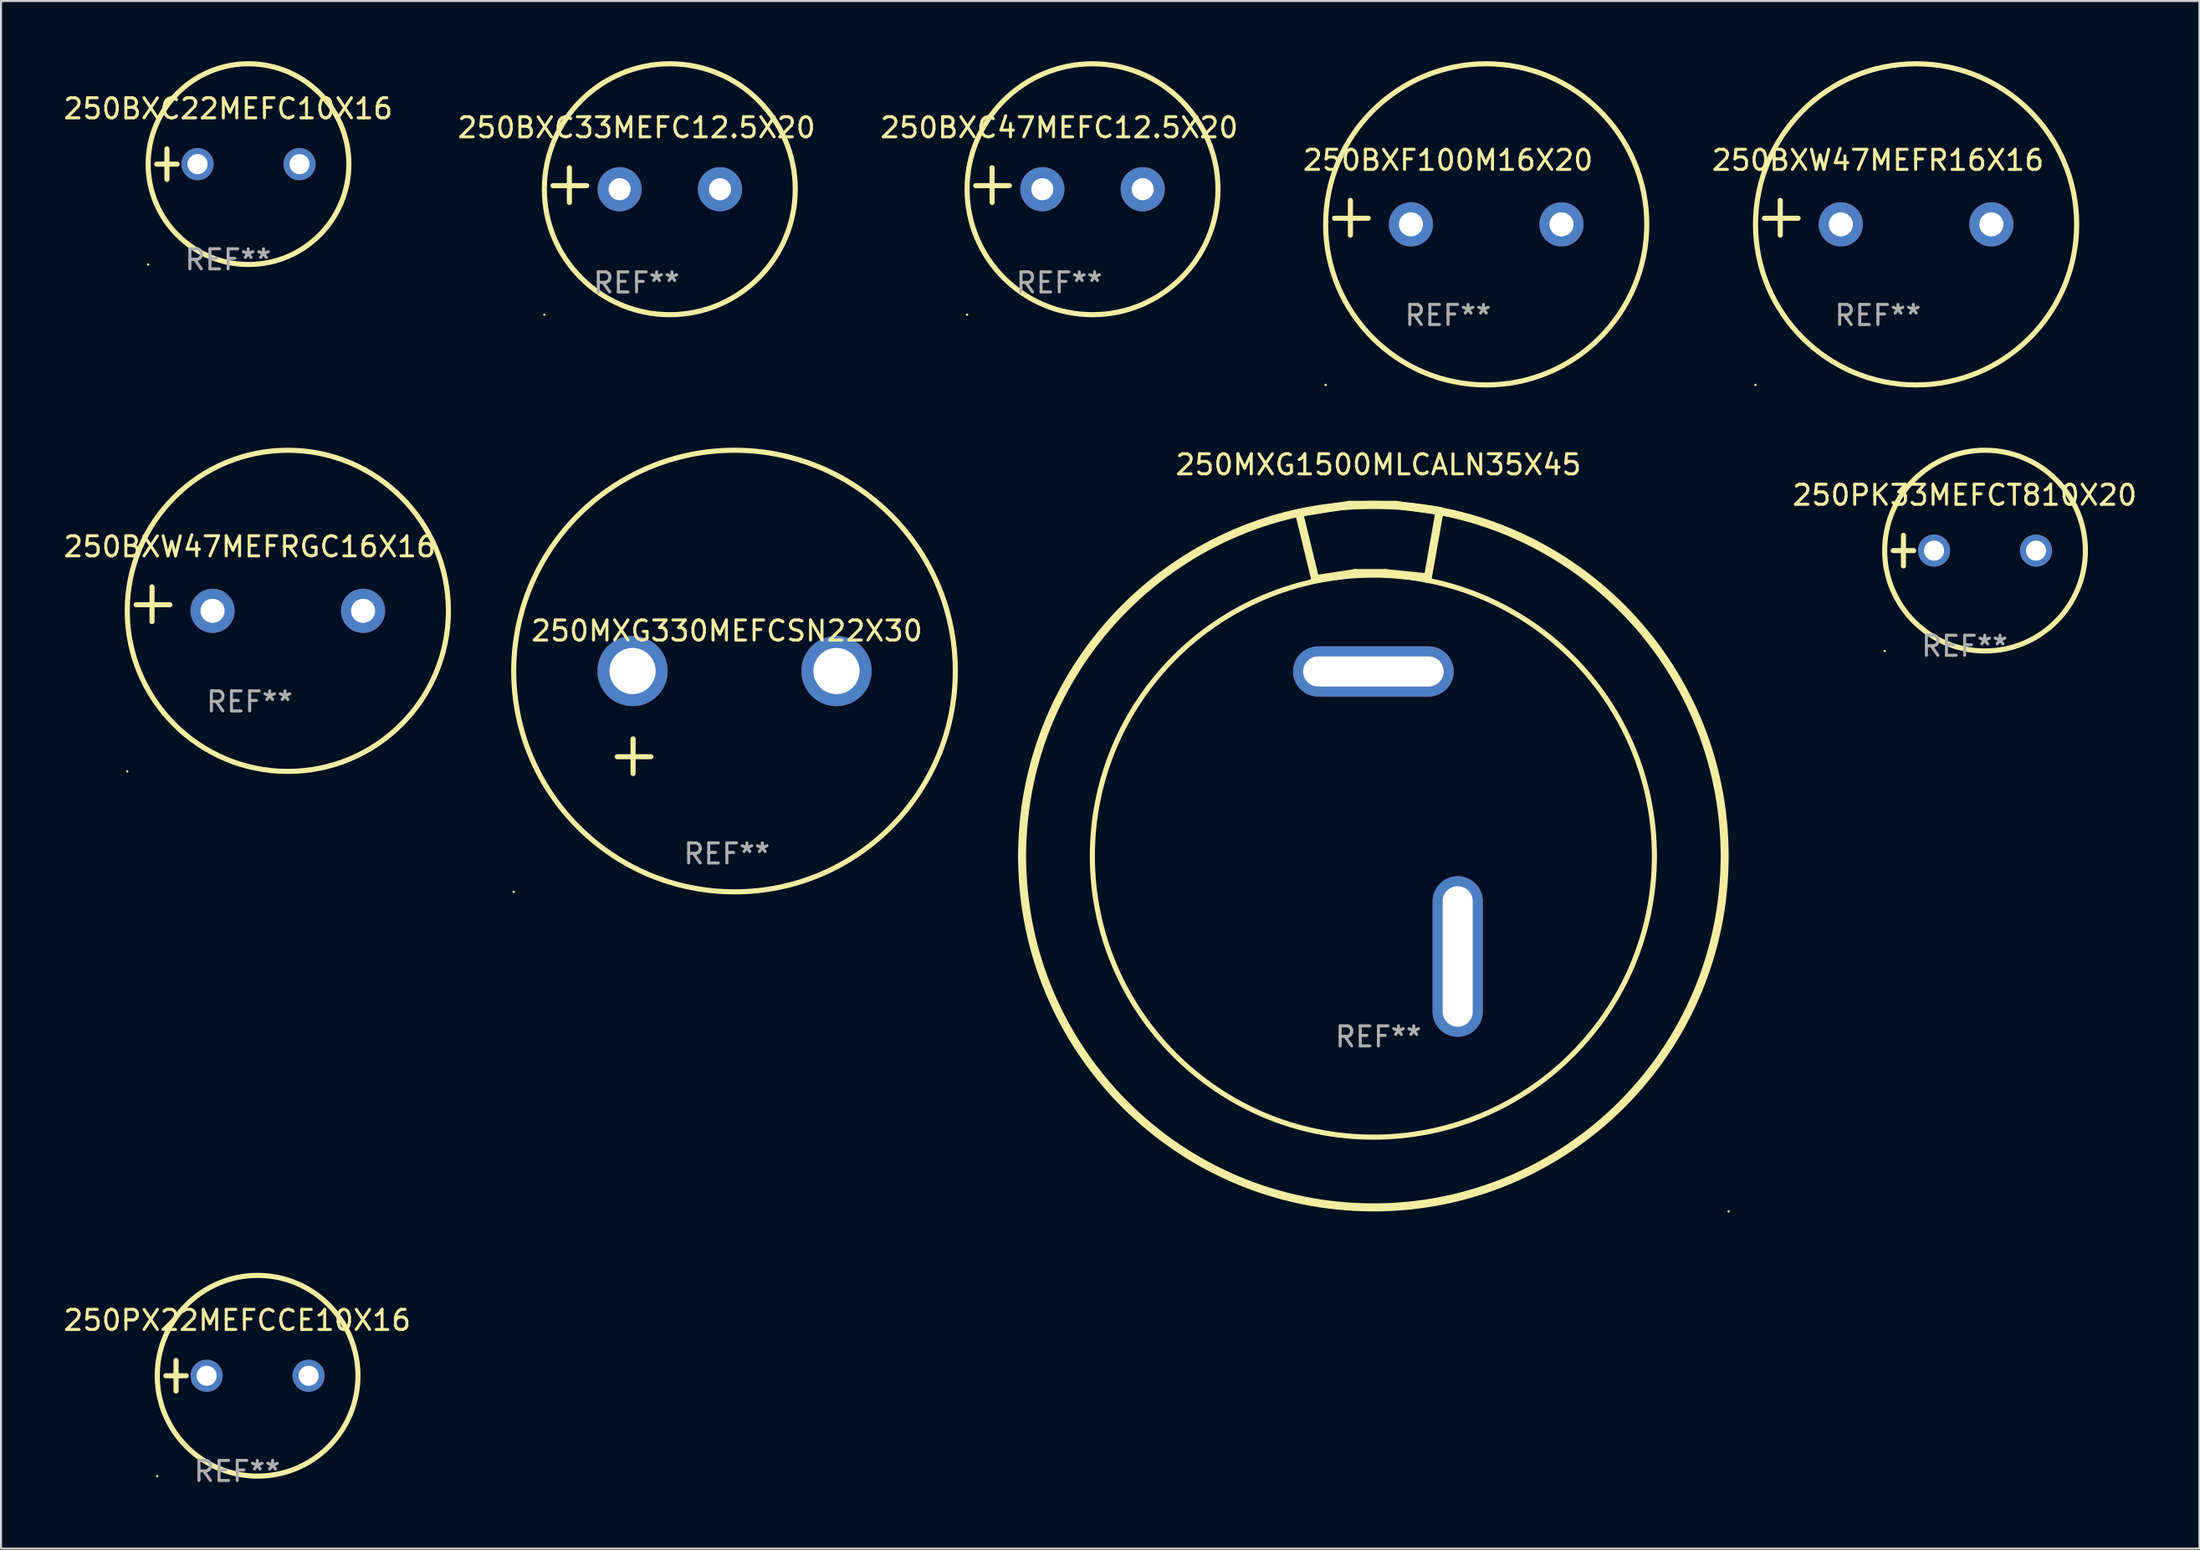
<source format=kicad_pcb>
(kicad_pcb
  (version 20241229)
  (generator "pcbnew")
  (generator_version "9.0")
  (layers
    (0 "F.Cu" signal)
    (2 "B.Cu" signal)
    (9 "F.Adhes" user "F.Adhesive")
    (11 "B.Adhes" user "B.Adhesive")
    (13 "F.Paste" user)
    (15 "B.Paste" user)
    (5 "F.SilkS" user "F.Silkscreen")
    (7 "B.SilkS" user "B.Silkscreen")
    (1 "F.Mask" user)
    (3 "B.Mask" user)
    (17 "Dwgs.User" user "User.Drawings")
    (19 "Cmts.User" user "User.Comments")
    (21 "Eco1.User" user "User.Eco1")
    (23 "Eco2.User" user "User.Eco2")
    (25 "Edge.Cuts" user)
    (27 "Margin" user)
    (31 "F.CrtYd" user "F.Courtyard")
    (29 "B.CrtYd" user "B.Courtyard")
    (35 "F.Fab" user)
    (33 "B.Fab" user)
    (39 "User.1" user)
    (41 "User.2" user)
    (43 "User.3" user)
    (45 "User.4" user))
  (footprint "250BXC47MEFC12.5X20"
    (layer "F.Cu")
    (at 49.72 6.174)
    (property "Reference" "250BXC47MEFC12.5X20" (at 0 -2.864 0) (layer "F.SilkS") (effects (font (size 1 1) (thickness 0.15))))
    (attr through_hole)
    (fp_line (start -3.346 0.864) (end -3.346 -0.864) (stroke (width 0.254) (type solid)) (layer "F.SilkS"))
    (fp_line (start -2.482 0.025) (end -4.158 0.025) (stroke (width 0.254) (type solid)) (layer "F.SilkS"))
    (fp_circle (center -4.592 6.453) (end -4.562 6.453) (stroke (width 0.06) (type solid)) (fill no) (layer "F.SilkS"))
    (fp_circle (center 1.658 0.203) (end 7.908 0.203) (stroke (width 0.254) (type solid)) (fill no) (layer "F.SilkS"))
    (fp_text user "REF**" (at 0 4.864 0) (layer "F.Fab") (effects (font (size 1 1) (thickness 0.15))))
    (pad "1" thru_hole circle (at -0.842 0.203) (size 2.2 2.2) (drill 1.1) (layers "*.Cu" "*.Mask"))
    (pad "2" thru_hole circle (at 4.158 0.203) (size 2.2 2.2) (drill 1.1) (layers "*.Cu" "*.Mask")))
  (footprint "250PK33MEFCT810X20"
    (layer "F.Cu")
    (at 94.826 24.381)
    (property "Reference" "250PK33MEFCT810X20" (at 0 -2.762 0) (layer "F.SilkS") (effects (font (size 1 1) (thickness 0.15))))
    (attr through_hole)
    (fp_line (start -3.556 0) (end -2.54 0) (stroke (width 0.254) (type solid)) (layer "F.SilkS"))
    (fp_line (start -3.048 -0.762) (end -3.048 0.762) (stroke (width 0.254) (type solid)) (layer "F.SilkS"))
    (fp_circle (center -3.984 5) (end -3.954 5) (stroke (width 0.06) (type solid)) (fill no) (layer "F.SilkS"))
    (fp_circle (center 1.016 0) (end 6.016 0) (stroke (width 0.254) (type solid)) (fill no) (layer "F.SilkS"))
    (fp_text user "REF**" (at 0 4.762 0) (layer "F.Fab") (effects (font (size 1 1) (thickness 0.15))))
    (pad "1" thru_hole circle (at -1.524 0) (size 1.6 1.6) (drill 1) (layers "*.Cu" "*.Mask"))
    (pad "2" thru_hole circle (at 3.556 0) (size 1.6 1.6) (drill 1) (layers "*.Cu" "*.Mask")))
  (footprint "250PX22MEFCCE10X16"
    (layer "F.Cu")
    (at 8.768 65.49)
    (property "Reference" "250PX22MEFCCE10X16" (at 0 -2.762 0) (layer "F.SilkS") (effects (font (size 1 1) (thickness 0.15))))
    (attr through_hole)
    (fp_line (start -3.556 0) (end -2.54 0) (stroke (width 0.254) (type solid)) (layer "F.SilkS"))
    (fp_line (start -3.048 -0.762) (end -3.048 0.762) (stroke (width 0.254) (type solid)) (layer "F.SilkS"))
    (fp_circle (center -3.984 5) (end -3.954 5) (stroke (width 0.06) (type solid)) (fill no) (layer "F.SilkS"))
    (fp_circle (center 1.016 0) (end 6.016 0) (stroke (width 0.254) (type solid)) (fill no) (layer "F.SilkS"))
    (fp_text user "REF**" (at 0 4.762 0) (layer "F.Fab") (effects (font (size 1 1) (thickness 0.15))))
    (pad "1" thru_hole circle (at -1.524 0) (size 1.6 1.6) (drill 1) (layers "*.Cu" "*.Mask"))
    (pad "2" thru_hole circle (at 3.556 0) (size 1.6 1.6) (drill 1) (layers "*.Cu" "*.Mask")))
  (footprint "250BXC22MEFC10X16"
    (layer "F.Cu")
    (at 8.315 5.127)
    (property "Reference" "250BXC22MEFC10X16" (at 0 -2.762 0) (layer "F.SilkS") (effects (font (size 1 1) (thickness 0.15))))
    (attr through_hole)
    (fp_line (start -3.556 0) (end -2.54 0) (stroke (width 0.254) (type solid)) (layer "F.SilkS"))
    (fp_line (start -3.048 -0.762) (end -3.048 0.762) (stroke (width 0.254) (type solid)) (layer "F.SilkS"))
    (fp_circle (center -3.984 5) (end -3.954 5) (stroke (width 0.06) (type solid)) (fill no) (layer "F.SilkS"))
    (fp_circle (center 1.016 0) (end 6.016 0) (stroke (width 0.254) (type solid)) (fill no) (layer "F.SilkS"))
    (fp_text user "REF**" (at 0 4.762 0) (layer "F.Fab") (effects (font (size 1 1) (thickness 0.15))))
    (pad "1" thru_hole circle (at -1.524 0) (size 1.6 1.6) (drill 1) (layers "*.Cu" "*.Mask"))
    (pad "2" thru_hole circle (at 3.556 0) (size 1.6 1.6) (drill 1) (layers "*.Cu" "*.Mask")))
  (footprint "250MXG330MEFCSN22X30"
    (layer "F.Cu")
    (at 33.162 32.934)
    (property "Reference" "250MXG330MEFCSN22X30" (at 0 -4.553 0) (layer "F.SilkS") (effects (font (size 1 1) (thickness 0.15))))
    (attr through_hole)
    (fp_line (start -4.674 2.553) (end -4.674 0.826) (stroke (width 0.254) (type solid)) (layer "F.SilkS"))
    (fp_line (start -3.785 1.715) (end -5.461 1.715) (stroke (width 0.254) (type solid)) (layer "F.SilkS"))
    (fp_circle (center -10.619 8.447) (end -10.589 8.447) (stroke (width 0.06) (type solid)) (fill no) (layer "F.SilkS"))
    (fp_circle (center 0.381 -2.553) (end 11.381 -2.553) (stroke (width 0.254) (type solid)) (fill no) (layer "F.SilkS"))
    (fp_text user "REF**" (at 0 6.553 0) (layer "F.Fab") (effects (font (size 1 1) (thickness 0.15))))
    (pad "1" thru_hole circle (at -4.699 -2.553) (size 3.5 3.5) (drill 2.3) (layers "*.Cu" "*.Mask"))
    (pad "2" thru_hole circle (at 5.461 -2.553) (size 3.5 3.5) (drill 2.3) (layers "*.Cu" "*.Mask")))
  (footprint "250BXW47MEFR16X16"
    (layer "F.Cu")
    (at 90.505 7.797)
    (property "Reference" "250BXW47MEFR16X16" (at 0 -2.864 0) (layer "F.SilkS") (effects (font (size 1 1) (thickness 0.15))))
    (attr through_hole)
    (fp_line (start -4.864 0.864) (end -4.864 -0.864) (stroke (width 0.254) (type solid)) (layer "F.SilkS"))
    (fp_line (start -3.975 0.025) (end -5.652 0.025) (stroke (width 0.254) (type solid)) (layer "F.SilkS"))
    (fp_circle (center -6.098 8.33) (end -6.068 8.33) (stroke (width 0.06) (type solid)) (fill no) (layer "F.SilkS"))
    (fp_circle (center 1.902 0.33) (end 9.902 0.33) (stroke (width 0.254) (type solid)) (fill no) (layer "F.SilkS"))
    (fp_text user "REF**" (at 0 4.864 0) (layer "F.Fab") (effects (font (size 1 1) (thickness 0.15))))
    (pad "1" thru_hole circle (at -1.848 0.33) (size 2.2 2.2) (drill 1.2) (layers "*.Cu" "*.Mask"))
    (pad "2" thru_hole circle (at 5.652 0.33) (size 2.2 2.2) (drill 1.2) (layers "*.Cu" "*.Mask")))
  (footprint "250BXC33MEFC12.5X20"
    (layer "F.Cu")
    (at 28.661 6.174)
    (property "Reference" "250BXC33MEFC12.5X20" (at 0 -2.864 0) (layer "F.SilkS") (effects (font (size 1 1) (thickness 0.15))))
    (attr through_hole)
    (fp_line (start -3.346 0.864) (end -3.346 -0.864) (stroke (width 0.254) (type solid)) (layer "F.SilkS"))
    (fp_line (start -2.482 0.025) (end -4.158 0.025) (stroke (width 0.254) (type solid)) (layer "F.SilkS"))
    (fp_circle (center -4.592 6.453) (end -4.562 6.453) (stroke (width 0.06) (type solid)) (fill no) (layer "F.SilkS"))
    (fp_circle (center 1.658 0.203) (end 7.908 0.203) (stroke (width 0.254) (type solid)) (fill no) (layer "F.SilkS"))
    (fp_text user "REF**" (at 0 4.864 0) (layer "F.Fab") (effects (font (size 1 1) (thickness 0.15))))
    (pad "1" thru_hole circle (at -0.842 0.203) (size 2.2 2.2) (drill 1.1) (layers "*.Cu" "*.Mask"))
    (pad "2" thru_hole circle (at 4.158 0.203) (size 2.2 2.2) (drill 1.1) (layers "*.Cu" "*.Mask")))
  (footprint "250BXW47MEFRGC16X16"
    (layer "F.Cu")
    (at 9.387 27.051)
    (property "Reference" "250BXW47MEFRGC16X16" (at 0 -2.864 0) (layer "F.SilkS") (effects (font (size 1 1) (thickness 0.15))))
    (attr through_hole)
    (fp_line (start -4.864 0.864) (end -4.864 -0.864) (stroke (width 0.254) (type solid)) (layer "F.SilkS"))
    (fp_line (start -3.975 0.025) (end -5.652 0.025) (stroke (width 0.254) (type solid)) (layer "F.SilkS"))
    (fp_circle (center -6.098 8.33) (end -6.068 8.33) (stroke (width 0.06) (type solid)) (fill no) (layer "F.SilkS"))
    (fp_circle (center 1.902 0.33) (end 9.902 0.33) (stroke (width 0.254) (type solid)) (fill no) (layer "F.SilkS"))
    (fp_text user "REF**" (at 0 4.864 0) (layer "F.Fab") (effects (font (size 1 1) (thickness 0.15))))
    (pad "1" thru_hole circle (at -1.848 0.33) (size 2.2 2.2) (drill 1.2) (layers "*.Cu" "*.Mask"))
    (pad "2" thru_hole circle (at 5.652 0.33) (size 2.2 2.2) (drill 1.2) (layers "*.Cu" "*.Mask")))
  (footprint "250MXG1500MLCALN35X45"
    (layer "F.Cu")
    (at 65.62 33.352)
    (property "Reference" "250MXG1500MLCALN35X45" (at 0 -13.25 0) (layer "F.SilkS") (effects (font (size 1 1) (thickness 0.15))))
    (attr through_hole)
    (fp_line (start -3.95 -10.85) (end -3.15 -7.55) (stroke (width 0.4) (type solid)) (layer "F.SilkS"))
    (fp_line (start -3.15 -7.55) (end -1.15 -7.85) (stroke (width 0.4) (type solid)) (layer "F.SilkS"))
    (fp_line (start -1.45 -11.25) (end -3.95 -10.85) (stroke (width 0.4) (type solid)) (layer "F.SilkS"))
    (fp_line (start -1.15 -7.85) (end 0.35 -7.85) (stroke (width 0.4) (type solid)) (layer "F.SilkS"))
    (fp_line (start 0.35 -7.85) (end 2.35 -7.65) (stroke (width 0.4) (type solid)) (layer "F.SilkS"))
    (fp_line (start 0.85 -11.25) (end -1.45 -11.25) (stroke (width 0.4) (type solid)) (layer "F.SilkS"))
    (fp_line (start 2.45 -7.55) (end 3.05 -10.95) (stroke (width 0.4) (type solid)) (layer "F.SilkS"))
    (fp_line (start 3.05 -10.95) (end 0.85 -11.25) (stroke (width 0.4) (type solid)) (layer "F.SilkS"))
    (fp_circle (center -0.25 6.25) (end 13.75 6.25) (stroke (width 0.254) (type solid)) (fill no) (layer "F.SilkS"))
    (fp_circle (center -0.25 6.25) (end 17.25 6.25) (stroke (width 0.4) (type solid)) (fill no) (layer "F.SilkS"))
    (fp_circle (center 17.45 23.95) (end 17.48 23.95) (stroke (width 0.06) (type solid)) (fill no) (layer "F.SilkS"))
    (fp_text user "REF**" (at 0 15.25 0) (layer "F.Fab") (effects (font (size 1 1) (thickness 0.15))))
    (pad "1" thru_hole oval (at 3.95 11.25 180) (size 2.5 8) (drill oval 1.5 7) (layers "*.Cu" "*.Mask"))
    (pad "2" thru_hole oval (at -0.25 -2.95 270) (size 2.5 8) (drill oval 1.5 7) (layers "*.Cu" "*.Mask")))
  (footprint "250BXF100M16X20"
    (layer "F.Cu")
    (at 69.089 7.797)
    (property "Reference" "250BXF100M16X20" (at 0 -2.864 0) (layer "F.SilkS") (effects (font (size 1 1) (thickness 0.15))))
    (attr through_hole)
    (fp_line (start -4.864 0.864) (end -4.864 -0.864) (stroke (width 0.254) (type solid)) (layer "F.SilkS"))
    (fp_line (start -3.975 0.025) (end -5.652 0.025) (stroke (width 0.254) (type solid)) (layer "F.SilkS"))
    (fp_circle (center -6.098 8.33) (end -6.068 8.33) (stroke (width 0.06) (type solid)) (fill no) (layer "F.SilkS"))
    (fp_circle (center 1.902 0.33) (end 9.902 0.33) (stroke (width 0.254) (type solid)) (fill no) (layer "F.SilkS"))
    (fp_text user "REF**" (at 0 4.864 0) (layer "F.Fab") (effects (font (size 1 1) (thickness 0.15))))
    (pad "1" thru_hole circle (at -1.848 0.33) (size 2.2 2.2) (drill 1.2) (layers "*.Cu" "*.Mask"))
    (pad "2" thru_hole circle (at 5.652 0.33) (size 2.2 2.2) (drill 1.2) (layers "*.Cu" "*.Mask")))
  (gr_rect
    (start -3 -3)
    (end 106.523 74.1)
    (stroke (width 0.1) (type default))
    (fill no)
    (layer "Edge.Cuts")))
</source>
